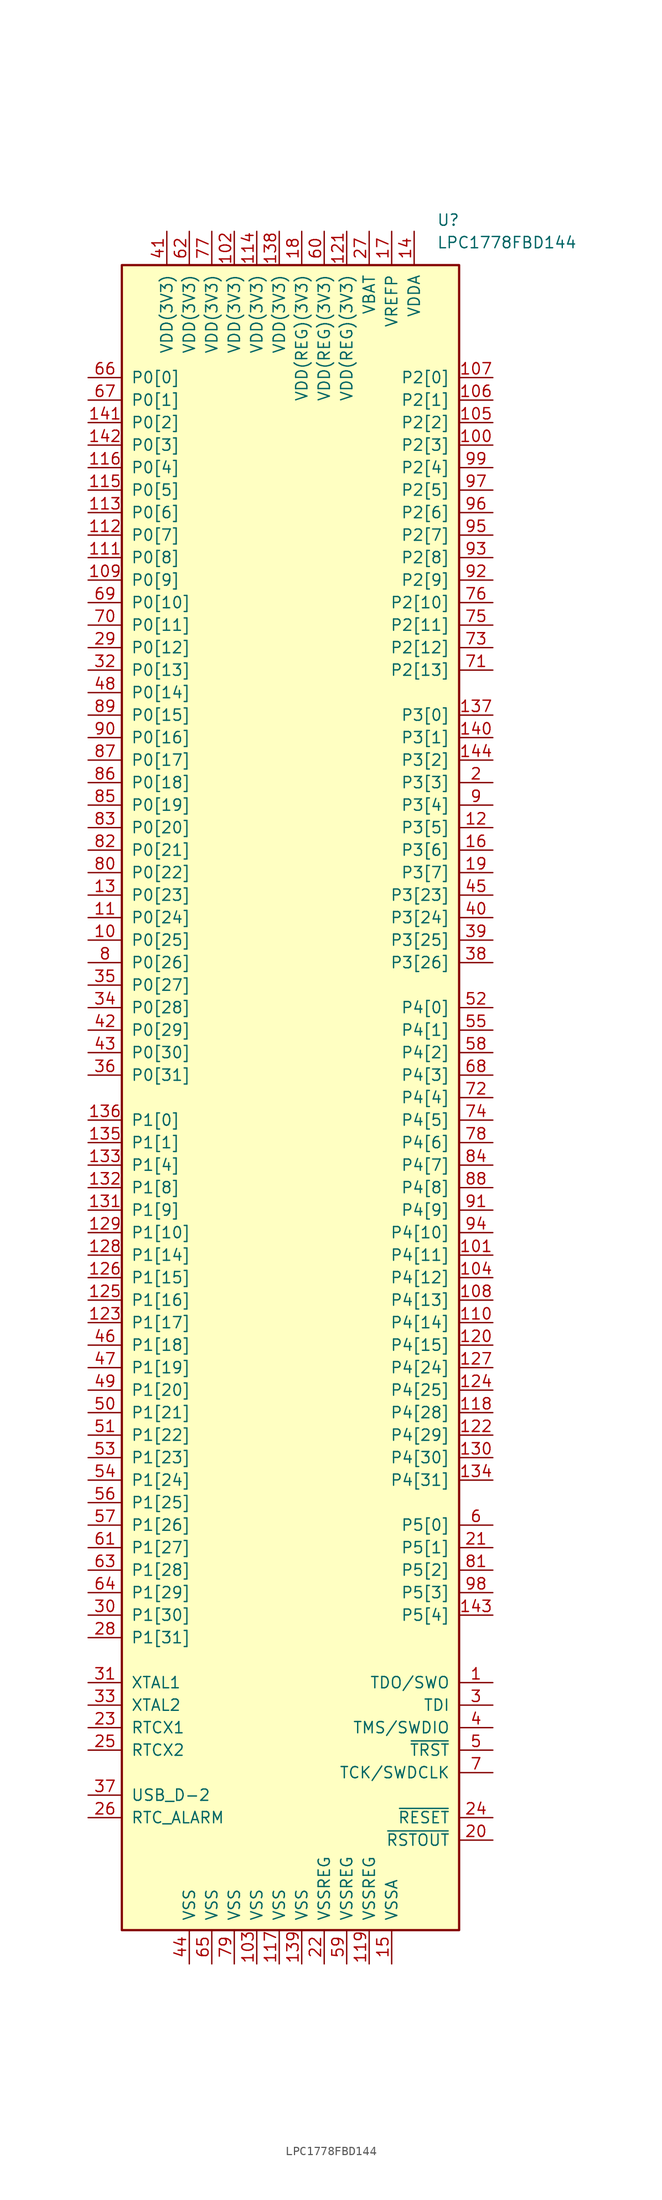
<source format=kicad_sym>
(kicad_symbol_lib
  (version 20231120)
  (generator "kicad_symbol_editor")
  (generator_version "8.0")
  (symbol "LPC1778FBD144"
    (pin_names
      (offset 1.016))
    (property "Reference" "U"
      (at 16.51 99.06 0)
      (effects (font (size 1.27 1.27)) (justify left)))
    (property "Value" "LPC1778FBD144"
      (at 16.51 96.52 0)
      (effects (font (size 1.27 1.27)) (justify left)))
    (symbol "LPC1778FBD144_0_1"
      (rectangle (start -19.05 93.98) (end 19.05 -93.98) (stroke (width 0.254) (type default)) (fill (type background))))
    (symbol "LPC1778FBD144_1_1"
      (pin output line (at 22.86 -66.04 180) (length 3.81) (name "TDO/SWO" (effects (font (size 1.27 1.27)))) (number "1" (effects (font (size 1.27 1.27)))))
      (pin bidirectional line (at -22.86 17.78 0) (length 3.81) (name "P0[25]" (effects (font (size 1.27 1.27)))) (number "10" (effects (font (size 1.27 1.27)))) (alternate "ADC0_IN[2]" input line) (alternate "I2S_RX_SDA" bidirectional line) (alternate "U3_TXD" output line))
      (pin bidirectional line (at 22.86 73.66 180) (length 3.81) (name "P2[3]" (effects (font (size 1.27 1.27)))) (number "100" (effects (font (size 1.27 1.27)))) (alternate "LCD_FP" output line) (alternate "PWM1[4]" output line) (alternate "T2_MAT2 " output line) (alternate "TRACEDATA[2]" output line) (alternate "U1_DCD" input line))
      (pin bidirectional line (at 22.86 -17.78 180) (length 3.81) (name "P4[11]" (effects (font (size 1.27 1.27)))) (number "101" (effects (font (size 1.27 1.27)))) (alternate "EMC_A[11]" bidirectional line))
      (pin power_in line (at -6.35 97.79 270) (length 3.81) (name "VDD(3V3)" (effects (font (size 1.27 1.27)))) (number "102" (effects (font (size 1.27 1.27)))))
      (pin power_in line (at -3.81 -97.79 90) (length 3.81) (name "VSS" (effects (font (size 1.27 1.27)))) (number "103" (effects (font (size 1.27 1.27)))))
      (pin bidirectional line (at 22.86 -20.32 180) (length 3.81) (name "P4[12]" (effects (font (size 1.27 1.27)))) (number "104" (effects (font (size 1.27 1.27)))) (alternate "EMC_A[12]" bidirectional line))
      (pin bidirectional line (at 22.86 76.2 180) (length 3.81) (name "P2[2]" (effects (font (size 1.27 1.27)))) (number "105" (effects (font (size 1.27 1.27)))) (alternate "LCD_DCLK" output line) (alternate "PWM1[3]" output line) (alternate "T2_MAT3" output line) (alternate "TRACEDATA[3]" output line) (alternate "U1_CTS" input line))
      (pin bidirectional line (at 22.86 78.74 180) (length 3.81) (name "P2[1]" (effects (font (size 1.27 1.27)))) (number "106" (effects (font (size 1.27 1.27)))) (alternate "LCD_LE" output line) (alternate "PWM1[2]" output line) (alternate "U1_RXD" input line))
      (pin bidirectional line (at 22.86 81.28 180) (length 3.81) (name "P2[0]" (effects (font (size 1.27 1.27)))) (number "107" (effects (font (size 1.27 1.27)))) (alternate "LCD_PWR" output line) (alternate "PWM1[1]" output line) (alternate "U1_TXD" output line))
      (pin bidirectional line (at 22.86 -22.86 180) (length 3.81) (name "P4[13]" (effects (font (size 1.27 1.27)))) (number "108" (effects (font (size 1.27 1.27)))) (alternate "EMC_A[13]" bidirectional line))
      (pin bidirectional line (at -22.86 58.42 0) (length 3.81) (name "P0[9]" (effects (font (size 1.27 1.27)))) (number "109" (effects (font (size 1.27 1.27)))) (alternate "I2S_TX_SDA" bidirectional line) (alternate "LCD_VD[17]" output line) (alternate "RTC_EV2" input line) (alternate "SSP1_MOSI" bidirectional line) (alternate "T2_MAT3" output line))
      (pin bidirectional line (at -22.86 20.32 0) (length 3.81) (name "P0[24]" (effects (font (size 1.27 1.27)))) (number "11" (effects (font (size 1.27 1.27)))) (alternate "ADC0_IN[1]" input line) (alternate "I2S_RX_WS" bidirectional line) (alternate "T3_CAP1" input line))
      (pin bidirectional line (at 22.86 -25.4 180) (length 3.81) (name "P4[14]" (effects (font (size 1.27 1.27)))) (number "110" (effects (font (size 1.27 1.27)))) (alternate "EMC_A[14]" bidirectional line))
      (pin bidirectional line (at -22.86 60.96 0) (length 3.81) (name "P0[8]" (effects (font (size 1.27 1.27)))) (number "111" (effects (font (size 1.27 1.27)))) (alternate "2S_TX_WS" bidirectional line) (alternate "LCD_VD[16]" output line) (alternate "RTC_EV1" input line) (alternate "SSP1_MISO" bidirectional line) (alternate "T2_MAT2" output line))
      (pin bidirectional line (at -22.86 63.5 0) (length 3.81) (name "P0[7]" (effects (font (size 1.27 1.27)))) (number "112" (effects (font (size 1.27 1.27)))) (alternate "I2S_TX_SCK" bidirectional line) (alternate "LCD_VD[9]" output line) (alternate "RTC_EV0" input line) (alternate "SSP1_SCK" bidirectional line) (alternate "T2_MAT1" output line))
      (pin bidirectional line (at -22.86 66.04 0) (length 3.81) (name "P0[6]" (effects (font (size 1.27 1.27)))) (number "113" (effects (font (size 1.27 1.27)))) (alternate "I2S_RX_SDA" bidirectional line) (alternate "LCD_VD[8]" output line) (alternate "SSP1_SSEL" bidirectional line) (alternate "T2_MAT0" output line) (alternate "U1_RTS" output line))
      (pin power_in line (at -3.81 97.79 270) (length 3.81) (name "VDD(3V3)" (effects (font (size 1.27 1.27)))) (number "114" (effects (font (size 1.27 1.27)))))
      (pin bidirectional line (at -22.86 68.58 0) (length 3.81) (name "P0[5]" (effects (font (size 1.27 1.27)))) (number "115" (effects (font (size 1.27 1.27)))) (alternate "CAN_TD2" output line) (alternate "LCD_VD[1]" output line) (alternate "T2_CAP1" input line))
      (pin bidirectional line (at -22.86 71.12 0) (length 3.81) (name "P0[4]" (effects (font (size 1.27 1.27)))) (number "116" (effects (font (size 1.27 1.27)))) (alternate "CAN_RD2" input line) (alternate "I2C_RX_SCK" bidirectional line) (alternate "LCD_VD[0]" output line) (alternate "T2_CAP0" input line))
      (pin power_in line (at -1.27 -97.79 90) (length 3.81) (name "VSS" (effects (font (size 1.27 1.27)))) (number "117" (effects (font (size 1.27 1.27)))))
      (pin bidirectional line (at 22.86 -35.56 180) (length 3.81) (name "P4[28]" (effects (font (size 1.27 1.27)))) (number "118" (effects (font (size 1.27 1.27)))) (alternate "LCD_VD[10]" output line) (alternate "LCD_VD[2]" output line) (alternate "LCD_VD[6]" output line) (alternate "T2_MAT0" output line) (alternate "U3_TXD" output line) (alternate "~{EMC_BLS2}" output line))
      (pin power_in line (at 8.89 -97.79 90) (length 3.81) (name "VSSREG" (effects (font (size 1.27 1.27)))) (number "119" (effects (font (size 1.27 1.27)))))
      (pin bidirectional line (at 22.86 30.48 180) (length 3.81) (name "P3[5]" (effects (font (size 1.27 1.27)))) (number "12" (effects (font (size 1.27 1.27)))) (alternate "EMC_D[5]" bidirectional line))
      (pin bidirectional line (at 22.86 -27.94 180) (length 3.81) (name "P4[15]" (effects (font (size 1.27 1.27)))) (number "120" (effects (font (size 1.27 1.27)))) (alternate "EMC_A[15]" bidirectional line))
      (pin power_in line (at 6.35 97.79 270) (length 3.81) (name "VDD(REG)(3V3)" (effects (font (size 1.27 1.27)))) (number "121" (effects (font (size 1.27 1.27)))))
      (pin bidirectional line (at 22.86 -38.1 180) (length 3.81) (name "P4[29]" (effects (font (size 1.27 1.27)))) (number "122" (effects (font (size 1.27 1.27)))) (alternate "I2C2_SCL" bidirectional line) (alternate "LCD_VD[11]" output line) (alternate "LCD_VD[3]" output line) (alternate "LCD_VD[7]" output line) (alternate "T2_MAT1" output line) (alternate "U3_RXD" input line) (alternate "~{EMC_BLS3}" output line))
      (pin bidirectional line (at -22.86 -25.4 0) (length 3.81) (name "P1[17]" (effects (font (size 1.27 1.27)))) (number "123" (effects (font (size 1.27 1.27)))) (alternate "ENET_MDIO" bidirectional line) (alternate "I2S_RX_MCLK" output line))
      (pin bidirectional line (at 22.86 -33.02 180) (length 3.81) (name "P4[25]" (effects (font (size 1.27 1.27)))) (number "124" (effects (font (size 1.27 1.27)))) (alternate "~{EMC_WE}" output line))
      (pin bidirectional line (at -22.86 -22.86 0) (length 3.81) (name "P1[16]" (effects (font (size 1.27 1.27)))) (number "125" (effects (font (size 1.27 1.27)))) (alternate "ENET_MDC" output line) (alternate "I2S_TX_MCLK" output line))
      (pin bidirectional line (at -22.86 -20.32 0) (length 3.81) (name "P1[15]" (effects (font (size 1.27 1.27)))) (number "126" (effects (font (size 1.27 1.27)))) (alternate "ENET_RX_CLK (ENET_REF_CLK)" input line) (alternate "I2C2_SDA" bidirectional line))
      (pin bidirectional line (at 22.86 -30.48 180) (length 3.81) (name "P4[24]" (effects (font (size 1.27 1.27)))) (number "127" (effects (font (size 1.27 1.27)))) (alternate "~{EMC_OE}" output line))
      (pin bidirectional line (at -22.86 -17.78 0) (length 3.81) (name "P1[14]" (effects (font (size 1.27 1.27)))) (number "128" (effects (font (size 1.27 1.27)))) (alternate "ENET_RX_ER" input line) (alternate "T2_CAP0" input line))
      (pin bidirectional line (at -22.86 -15.24 0) (length 3.81) (name "P1[10]" (effects (font (size 1.27 1.27)))) (number "129" (effects (font (size 1.27 1.27)))) (alternate "ENET_RXD1" input line) (alternate "T3_CAP0" input line))
      (pin bidirectional line (at -22.86 22.86 0) (length 3.81) (name "P0[23]" (effects (font (size 1.27 1.27)))) (number "13" (effects (font (size 1.27 1.27)))) (alternate "ADC0_IN[0]" input line) (alternate "I2S_RX_SCK" bidirectional line) (alternate "T3_CAP0" input line))
      (pin bidirectional line (at 22.86 -40.64 180) (length 3.81) (name "P4[30]" (effects (font (size 1.27 1.27)))) (number "130" (effects (font (size 1.27 1.27)))) (alternate "~{EMC_CS0}" output line))
      (pin bidirectional line (at -22.86 -12.7 0) (length 3.81) (name "P1[9]" (effects (font (size 1.27 1.27)))) (number "131" (effects (font (size 1.27 1.27)))) (alternate "ENET_RXD0" input line) (alternate "T3_MAT0" output line))
      (pin bidirectional line (at -22.86 -10.16 0) (length 3.81) (name "P1[8]" (effects (font (size 1.27 1.27)))) (number "132" (effects (font (size 1.27 1.27)))) (alternate "ENET_CRS (ENET_CRS_DV)" input line) (alternate "SSP2_SSEL" bidirectional line) (alternate "T3_MAT1" output line))
      (pin bidirectional line (at -22.86 -7.62 0) (length 3.81) (name "P1[4]" (effects (font (size 1.27 1.27)))) (number "133" (effects (font (size 1.27 1.27)))) (alternate "ENET_TX_EN" output line) (alternate "SSP2_MISO" bidirectional line) (alternate "T3_MAT2" output line))
      (pin bidirectional line (at 22.86 -43.18 180) (length 3.81) (name "P4[31]" (effects (font (size 1.27 1.27)))) (number "134" (effects (font (size 1.27 1.27)))) (alternate "~{EMC_CS1}" output line))
      (pin bidirectional line (at -22.86 -5.08 0) (length 3.81) (name "P1[1]" (effects (font (size 1.27 1.27)))) (number "135" (effects (font (size 1.27 1.27)))) (alternate "ENET_TXD1" output line) (alternate "SSP2_MOSI" bidirectional line) (alternate "T3_MAT3" output line))
      (pin bidirectional line (at -22.86 -2.54 0) (length 3.81) (name "P1[0]" (effects (font (size 1.27 1.27)))) (number "136" (effects (font (size 1.27 1.27)))) (alternate "ENET_TXD0" output line) (alternate "SSP2_SCK" bidirectional line) (alternate "T3_CAP1" input line))
      (pin bidirectional line (at 22.86 43.18 180) (length 3.81) (name "P3[0]" (effects (font (size 1.27 1.27)))) (number "137" (effects (font (size 1.27 1.27)))) (alternate "EMC_D[0]" bidirectional line))
      (pin power_in line (at -1.27 97.79 270) (length 3.81) (name "VDD(3V3)" (effects (font (size 1.27 1.27)))) (number "138" (effects (font (size 1.27 1.27)))))
      (pin power_in line (at 1.27 -97.79 90) (length 3.81) (name "VSS" (effects (font (size 1.27 1.27)))) (number "139" (effects (font (size 1.27 1.27)))))
      (pin power_in line (at 13.97 97.79 270) (length 3.81) (name "VDDA" (effects (font (size 1.27 1.27)))) (number "14" (effects (font (size 1.27 1.27)))))
      (pin bidirectional line (at 22.86 40.64 180) (length 3.81) (name "P3[1]" (effects (font (size 1.27 1.27)))) (number "140" (effects (font (size 1.27 1.27)))) (alternate "EMC_D[1]" bidirectional line))
      (pin bidirectional line (at -22.86 76.2 0) (length 3.81) (name "P0[2]" (effects (font (size 1.27 1.27)))) (number "141" (effects (font (size 1.27 1.27)))) (alternate "U0_TXD" output line) (alternate "U3_TXD" output line))
      (pin bidirectional line (at -22.86 73.66 0) (length 3.81) (name "P0[3]" (effects (font (size 1.27 1.27)))) (number "142" (effects (font (size 1.27 1.27)))) (alternate "U0_RXD" input line) (alternate "U3_RXD" input line))
      (pin bidirectional line (at 22.86 -58.42 180) (length 3.81) (name "P5[4]" (effects (font (size 1.27 1.27)))) (number "143" (effects (font (size 1.27 1.27)))) (alternate "T3_MAT3" output line) (alternate "U0_OE" output line) (alternate "U4_TXD" output line))
      (pin bidirectional line (at 22.86 38.1 180) (length 3.81) (name "P3[2]" (effects (font (size 1.27 1.27)))) (number "144" (effects (font (size 1.27 1.27)))) (alternate "EMC_D[2]" bidirectional line))
      (pin power_in line (at 11.43 -97.79 90) (length 3.81) (name "VSSA" (effects (font (size 1.27 1.27)))) (number "15" (effects (font (size 1.27 1.27)))))
      (pin bidirectional line (at 22.86 27.94 180) (length 3.81) (name "P3[6]" (effects (font (size 1.27 1.27)))) (number "16" (effects (font (size 1.27 1.27)))) (alternate "EMC_D[6]" bidirectional line))
      (pin power_in line (at 11.43 97.79 270) (length 3.81) (name "VREFP" (effects (font (size 1.27 1.27)))) (number "17" (effects (font (size 1.27 1.27)))))
      (pin power_in line (at 1.27 97.79 270) (length 3.81) (name "VDD(REG)(3V3)" (effects (font (size 1.27 1.27)))) (number "18" (effects (font (size 1.27 1.27)))))
      (pin bidirectional line (at 22.86 25.4 180) (length 3.81) (name "P3[7]" (effects (font (size 1.27 1.27)))) (number "19" (effects (font (size 1.27 1.27)))) (alternate "EMC_D[7]" bidirectional line))
      (pin bidirectional line (at 22.86 35.56 180) (length 3.81) (name "P3[3]" (effects (font (size 1.27 1.27)))) (number "2" (effects (font (size 1.27 1.27)))) (alternate "EMC_D[3]" bidirectional line))
      (pin output line (at 22.86 -83.82 180) (length 3.81) (name "~{RSTOUT}" (effects (font (size 1.27 1.27)))) (number "20" (effects (font (size 1.27 1.27)))))
      (pin bidirectional line (at 22.86 -50.8 180) (length 3.81) (name "P5[1]" (effects (font (size 1.27 1.27)))) (number "21" (effects (font (size 1.27 1.27)))) (alternate "EMC_A[25]" bidirectional line) (alternate "SSP2_MISO" bidirectional line) (alternate "T2_MAT3" output line))
      (pin power_in line (at 3.81 -97.79 90) (length 3.81) (name "VSSREG" (effects (font (size 1.27 1.27)))) (number "22" (effects (font (size 1.27 1.27)))))
      (pin input line (at -22.86 -71.12 0) (length 3.81) (name "RTCX1" (effects (font (size 1.27 1.27)))) (number "23" (effects (font (size 1.27 1.27)))))
      (pin input line (at 22.86 -81.28 180) (length 3.81) (name "~{RESET}" (effects (font (size 1.27 1.27)))) (number "24" (effects (font (size 1.27 1.27)))))
      (pin output line (at -22.86 -73.66 0) (length 3.81) (name "RTCX2" (effects (font (size 1.27 1.27)))) (number "25" (effects (font (size 1.27 1.27)))))
      (pin output line (at -22.86 -81.28 0) (length 3.81) (name "RTC_ALARM" (effects (font (size 1.27 1.27)))) (number "26" (effects (font (size 1.27 1.27)))))
      (pin power_in line (at 8.89 97.79 270) (length 3.81) (name "VBAT" (effects (font (size 1.27 1.27)))) (number "27" (effects (font (size 1.27 1.27)))))
      (pin bidirectional line (at -22.86 -60.96 0) (length 3.81) (name "P1[31]" (effects (font (size 1.27 1.27)))) (number "28" (effects (font (size 1.27 1.27)))) (alternate "ADC0_IN[5]" input line) (alternate "I2C0_SCL" bidirectional line) (alternate "SSP1_SCK" bidirectional line) (alternate "~{USB_OVRCR2}" input line))
      (pin bidirectional line (at -22.86 50.8 0) (length 3.81) (name "P0[12]" (effects (font (size 1.27 1.27)))) (number "29" (effects (font (size 1.27 1.27)))) (alternate "ADC0_IN[6]" input line) (alternate "SSP1_MISO" bidirectional line) (alternate "~{USB_PPWR2}" output line))
      (pin input line (at 22.86 -68.58 180) (length 3.81) (name "TDI" (effects (font (size 1.27 1.27)))) (number "3" (effects (font (size 1.27 1.27)))))
      (pin bidirectional line (at -22.86 -58.42 0) (length 3.81) (name "P1[30]" (effects (font (size 1.27 1.27)))) (number "30" (effects (font (size 1.27 1.27)))) (alternate "ADC0_IN[4]" input line) (alternate "I2C0_SDA" bidirectional line) (alternate "U3_OE" output line) (alternate "USB_PWRD2" input line) (alternate "USB_VBUS" input line))
      (pin input line (at -22.86 -66.04 0) (length 3.81) (name "XTAL1" (effects (font (size 1.27 1.27)))) (number "31" (effects (font (size 1.27 1.27)))))
      (pin bidirectional line (at -22.86 48.26 0) (length 3.81) (name "P0[13]" (effects (font (size 1.27 1.27)))) (number "32" (effects (font (size 1.27 1.27)))) (alternate "ADC0_IN[7]" input line) (alternate "SSP1_MOSI" bidirectional line) (alternate "USB_UP_LED2" output line))
      (pin output line (at -22.86 -68.58 0) (length 3.81) (name "XTAL2" (effects (font (size 1.27 1.27)))) (number "33" (effects (font (size 1.27 1.27)))))
      (pin bidirectional line (at -22.86 10.16 0) (length 3.81) (name "P0[28]" (effects (font (size 1.27 1.27)))) (number "34" (effects (font (size 1.27 1.27)))) (alternate "I2C0_SCL" bidirectional line) (alternate "USB_SCL1" bidirectional line))
      (pin bidirectional line (at -22.86 12.7 0) (length 3.81) (name "P0[27]" (effects (font (size 1.27 1.27)))) (number "35" (effects (font (size 1.27 1.27)))) (alternate "I2C0_SDA" bidirectional line) (alternate "USB_SDA1" bidirectional line))
      (pin bidirectional line (at -22.86 2.54 0) (length 3.81) (name "P0[31]" (effects (font (size 1.27 1.27)))) (number "36" (effects (font (size 1.27 1.27)))) (alternate "USB_D+2" bidirectional line))
      (pin output line (at -22.86 -78.74 0) (length 3.81) (name "USB_D-2" (effects (font (size 1.27 1.27)))) (number "37" (effects (font (size 1.27 1.27)))))
      (pin bidirectional line (at 22.86 15.24 180) (length 3.81) (name "P3[26]" (effects (font (size 1.27 1.27)))) (number "38" (effects (font (size 1.27 1.27)))) (alternate "EMC_D[26]" bidirectional line) (alternate "PWM1[3]" output line) (alternate "STCLK" input line) (alternate "T0_MAT1" output line))
      (pin bidirectional line (at 22.86 17.78 180) (length 3.81) (name "P3[25]" (effects (font (size 1.27 1.27)))) (number "39" (effects (font (size 1.27 1.27)))) (alternate "EMC_D[25]" bidirectional line) (alternate "PWM1[2]" output line) (alternate "T0_MAT0" output line))
      (pin bidirectional line (at 22.86 -71.12 180) (length 3.81) (name "TMS/SWDIO" (effects (font (size 1.27 1.27)))) (number "4" (effects (font (size 1.27 1.27)))))
      (pin bidirectional line (at 22.86 20.32 180) (length 3.81) (name "P3[24]" (effects (font (size 1.27 1.27)))) (number "40" (effects (font (size 1.27 1.27)))) (alternate "EMC_D[24]" bidirectional line) (alternate "PWM1[1]" output line) (alternate "T0_CAP1" input line))
      (pin power_in line (at -13.97 97.79 270) (length 3.81) (name "VDD(3V3)" (effects (font (size 1.27 1.27)))) (number "41" (effects (font (size 1.27 1.27)))))
      (pin bidirectional line (at -22.86 7.62 0) (length 3.81) (name "P0[29]" (effects (font (size 1.27 1.27)))) (number "42" (effects (font (size 1.27 1.27)))) (alternate "USB_D+1" bidirectional line) (alternate "~{EINT0}" input line))
      (pin bidirectional line (at -22.86 5.08 0) (length 3.81) (name "P0[30]" (effects (font (size 1.27 1.27)))) (number "43" (effects (font (size 1.27 1.27)))) (alternate "USB_D1" bidirectional line) (alternate "~{EINT1}" input line))
      (pin power_in line (at -11.43 -97.79 90) (length 3.81) (name "VSS" (effects (font (size 1.27 1.27)))) (number "44" (effects (font (size 1.27 1.27)))))
      (pin bidirectional line (at 22.86 22.86 180) (length 3.81) (name "P3[23]" (effects (font (size 1.27 1.27)))) (number "45" (effects (font (size 1.27 1.27)))) (alternate "EMC_D[23]" bidirectional line) (alternate "PWM1_CAP0" input line) (alternate "T0_CAP0" input line))
      (pin bidirectional line (at -22.86 -27.94 0) (length 3.81) (name "P1[18]" (effects (font (size 1.27 1.27)))) (number "46" (effects (font (size 1.27 1.27)))) (alternate "PWM1[1]" output line) (alternate "SSP1_MISO" bidirectional line) (alternate "T1_CAP0" input line) (alternate "USB_UP_LED1" output line))
      (pin bidirectional line (at -22.86 -30.48 0) (length 3.81) (name "P1[19]" (effects (font (size 1.27 1.27)))) (number "47" (effects (font (size 1.27 1.27)))) (alternate "MC_0A" output line) (alternate "SSP1_SCK" bidirectional line) (alternate "T1_CAP1" input line) (alternate "U2_OE" output line) (alternate "~{USB_PPWR1}" output line) (alternate "~{USB_TX_E1}" output line))
      (pin bidirectional line (at -22.86 45.72 0) (length 3.81) (name "P0[14]" (effects (font (size 1.27 1.27)))) (number "48" (effects (font (size 1.27 1.27)))) (alternate "SSP1_SSEL" bidirectional line) (alternate "USB_CONNECT2" output line) (alternate "~{USB_HSTEN2}" output line))
      (pin bidirectional line (at -22.86 -33.02 0) (length 3.81) (name "P1[20]" (effects (font (size 1.27 1.27)))) (number "49" (effects (font (size 1.27 1.27)))) (alternate "LCD_VD[10]" output line) (alternate "LCD_VD[6]" output line) (alternate "MC_FB0" input line) (alternate "PWM1[2]" output line) (alternate "QEI_PHA" input line) (alternate "SSP0_SCK" bidirectional line) (alternate "USB_TX_DP1" output line))
      (pin input line (at 22.86 -73.66 180) (length 3.81) (name "~{TRST}" (effects (font (size 1.27 1.27)))) (number "5" (effects (font (size 1.27 1.27)))))
      (pin bidirectional line (at -22.86 -35.56 0) (length 3.81) (name "P1[21]" (effects (font (size 1.27 1.27)))) (number "50" (effects (font (size 1.27 1.27)))) (alternate "LCD_VD[11]" output line) (alternate "LCD_VD[7]" output line) (alternate "PWM1[3]" output line) (alternate "SSP0_SSEL" bidirectional line) (alternate "USB_TX_DM1" output line) (alternate "~{MC_ABORT}" input line))
      (pin bidirectional line (at -22.86 -38.1 0) (length 3.81) (name "P1[22]" (effects (font (size 1.27 1.27)))) (number "51" (effects (font (size 1.27 1.27)))) (alternate "LCD_VD[12]" output line) (alternate "LCD_VD[8]" output line) (alternate "MC_0B" output line) (alternate "SSP1_MOSI" bidirectional line) (alternate "T1_MAT0" output line) (alternate "USB_PWRD1" input line) (alternate "USB_RCV1" input line))
      (pin bidirectional line (at 22.86 10.16 180) (length 3.81) (name "P4[0]" (effects (font (size 1.27 1.27)))) (number "52" (effects (font (size 1.27 1.27)))) (alternate "EMC_A[0]" bidirectional line))
      (pin bidirectional line (at -22.86 -40.64 0) (length 3.81) (name "P1[23]" (effects (font (size 1.27 1.27)))) (number "53" (effects (font (size 1.27 1.27)))) (alternate "LCD_VD[13]" output line) (alternate "LCD_VD[9]" output line) (alternate "MC_FB1" input line) (alternate "PWM1[4]" output line) (alternate "QEI_PHB" input line) (alternate "SSP0_MISO" bidirectional line) (alternate "USB_RX_DP1" input line))
      (pin bidirectional line (at -22.86 -43.18 0) (length 3.81) (name "P1[24]" (effects (font (size 1.27 1.27)))) (number "54" (effects (font (size 1.27 1.27)))) (alternate "LCD_VD[10]" output line) (alternate "LCD_VD[14]" output line) (alternate "MC_FB2" input line) (alternate "PWM1[5]" output line) (alternate "QEI_IDX" input line) (alternate "SSP0_MOSI" bidirectional line) (alternate "USB_RX_DM1" input line))
      (pin bidirectional line (at 22.86 7.62 180) (length 3.81) (name "P4[1]" (effects (font (size 1.27 1.27)))) (number "55" (effects (font (size 1.27 1.27)))) (alternate "EMC_A[1]" bidirectional line))
      (pin bidirectional line (at -22.86 -45.72 0) (length 3.81) (name "P1[25]" (effects (font (size 1.27 1.27)))) (number "56" (effects (font (size 1.27 1.27)))) (alternate "CLKOUT" output line) (alternate "LCD_VD[11]" output line) (alternate "LCD_VD[15]" output line) (alternate "MC_1A" output line) (alternate "T1_MAT1" output line) (alternate "~{USB_HSTEN1}" output line) (alternate "~{USB_LS1}" output line))
      (pin bidirectional line (at -22.86 -48.26 0) (length 3.81) (name "P1[26]" (effects (font (size 1.27 1.27)))) (number "57" (effects (font (size 1.27 1.27)))) (alternate "LCD_VD[12]" output line) (alternate "LCD_VD[20]" output line) (alternate "MC_1B" output line) (alternate "PWM1[6]" output line) (alternate "SSP1_SSEL" bidirectional line) (alternate "T0_CAP0" input line) (alternate "~{USB_SSPND1}" output line))
      (pin bidirectional line (at 22.86 5.08 180) (length 3.81) (name "P4[2]" (effects (font (size 1.27 1.27)))) (number "58" (effects (font (size 1.27 1.27)))) (alternate "EMC_A[2]" bidirectional line))
      (pin power_in line (at 6.35 -97.79 90) (length 3.81) (name "VSSREG" (effects (font (size 1.27 1.27)))) (number "59" (effects (font (size 1.27 1.27)))))
      (pin bidirectional line (at 22.86 -48.26 180) (length 3.81) (name "P5[0]" (effects (font (size 1.27 1.27)))) (number "6" (effects (font (size 1.27 1.27)))) (alternate "EMC_A[24]" bidirectional line) (alternate "SSP2_MOSI" bidirectional line) (alternate "T2_MAT2" output line))
      (pin power_in line (at 3.81 97.79 270) (length 3.81) (name "VDD(REG)(3V3)" (effects (font (size 1.27 1.27)))) (number "60" (effects (font (size 1.27 1.27)))))
      (pin bidirectional line (at -22.86 -50.8 0) (length 3.81) (name "P1[27]" (effects (font (size 1.27 1.27)))) (number "61" (effects (font (size 1.27 1.27)))) (alternate "CLKOUT" output line) (alternate "LCD_VD[13]" output line) (alternate "LCD_VD[21]" output line) (alternate "T0_CAP1" input line) (alternate "~{USB_INT1}" input line) (alternate "~{USB_OVRCR1}" input line))
      (pin power_in line (at -11.43 97.79 270) (length 3.81) (name "VDD(3V3)" (effects (font (size 1.27 1.27)))) (number "62" (effects (font (size 1.27 1.27)))))
      (pin bidirectional line (at -22.86 -53.34 0) (length 3.81) (name "P1[28]" (effects (font (size 1.27 1.27)))) (number "63" (effects (font (size 1.27 1.27)))) (alternate "LCD_VD[14]" output line) (alternate "LCD_VD[22]" output line) (alternate "MC_2A" output line) (alternate "PWM1_CAP0" input line) (alternate "SSP0_SSEL" bidirectional line) (alternate "T0_MAT0" output line) (alternate "USB_SCL1" bidirectional line))
      (pin bidirectional line (at -22.86 -55.88 0) (length 3.81) (name "P1[29]" (effects (font (size 1.27 1.27)))) (number "64" (effects (font (size 1.27 1.27)))) (alternate "LCD_VD[15]" output line) (alternate "LCD_VD[23]" output line) (alternate "MC_2B" output line) (alternate "PWM1_CAP1" input line) (alternate "T0_MAT1" output line) (alternate "U4_TXD" output line) (alternate "USB_SDA1" bidirectional line))
      (pin power_in line (at -8.89 -97.79 90) (length 3.81) (name "VSS" (effects (font (size 1.27 1.27)))) (number "65" (effects (font (size 1.27 1.27)))))
      (pin bidirectional line (at -22.86 81.28 0) (length 3.81) (name "P0[0]" (effects (font (size 1.27 1.27)))) (number "66" (effects (font (size 1.27 1.27)))) (alternate "CAN_RD1" input line) (alternate "I2C1_SDA" bidirectional line) (alternate "U0_TXD" output line) (alternate "U3_TXD" output line))
      (pin bidirectional line (at -22.86 78.74 0) (length 3.81) (name "P0[1]" (effects (font (size 1.27 1.27)))) (number "67" (effects (font (size 1.27 1.27)))) (alternate "CAN_TD1" output line) (alternate "I2C1_SCL" bidirectional line) (alternate "U0_RXD" input line) (alternate "U3_RXD" input line))
      (pin bidirectional line (at 22.86 2.54 180) (length 3.81) (name "P4[3]" (effects (font (size 1.27 1.27)))) (number "68" (effects (font (size 1.27 1.27)))) (alternate "EMC_A[3]" bidirectional line))
      (pin bidirectional line (at -22.86 55.88 0) (length 3.81) (name "P0[10]" (effects (font (size 1.27 1.27)))) (number "69" (effects (font (size 1.27 1.27)))) (alternate "I2C2_SDA" bidirectional line) (alternate "T3_MAT0" output line) (alternate "U2_TXD" output line))
      (pin input line (at 22.86 -76.2 180) (length 3.81) (name "TCK/SWDCLK" (effects (font (size 1.27 1.27)))) (number "7" (effects (font (size 1.27 1.27)))))
      (pin bidirectional line (at -22.86 53.34 0) (length 3.81) (name "P0[11]" (effects (font (size 1.27 1.27)))) (number "70" (effects (font (size 1.27 1.27)))) (alternate "2C2_SCL" bidirectional line) (alternate "T3_MAT1" output line) (alternate "U2_RXD" input line))
      (pin bidirectional line (at 22.86 48.26 180) (length 3.81) (name "P2[13]" (effects (font (size 1.27 1.27)))) (number "71" (effects (font (size 1.27 1.27)))) (alternate "I2S_TX_SDA" bidirectional line) (alternate "LCD_VD[19]" output line) (alternate "LCD_VD[5]" output line) (alternate "LCD_VD[9]" output line) (alternate "SD_DAT[3]" bidirectional line) (alternate "~{EINT3}" input line))
      (pin bidirectional line (at 22.86 0 180) (length 3.81) (name "P4[4]" (effects (font (size 1.27 1.27)))) (number "72" (effects (font (size 1.27 1.27)))) (alternate "EMC_A[4]" bidirectional line))
      (pin bidirectional line (at 22.86 50.8 180) (length 3.81) (name "P2[12]" (effects (font (size 1.27 1.27)))) (number "73" (effects (font (size 1.27 1.27)))) (alternate "I2S_TX_WS" bidirectional line) (alternate "LCD_VD[18]" output line) (alternate "LCD_VD[3]" output line) (alternate "LCD_VD[4]" output line) (alternate "LCD_VD[8]" output line) (alternate "SD_DAT[2]" bidirectional line) (alternate "~{EINT2}" input line))
      (pin bidirectional line (at 22.86 -2.54 180) (length 3.81) (name "P4[5]" (effects (font (size 1.27 1.27)))) (number "74" (effects (font (size 1.27 1.27)))) (alternate "EMC_A[5]" bidirectional line))
      (pin bidirectional line (at 22.86 53.34 180) (length 3.81) (name "P2[11]" (effects (font (size 1.27 1.27)))) (number "75" (effects (font (size 1.27 1.27)))) (alternate "I2S_TX_SCK" bidirectional line) (alternate "LCD_CLKIN" output line) (alternate "SD_DAT[1]" bidirectional line) (alternate "~{EINT1}" input line))
      (pin bidirectional line (at 22.86 55.88 180) (length 3.81) (name "P2[10]" (effects (font (size 1.27 1.27)))) (number "76" (effects (font (size 1.27 1.27)))) (alternate "NMI" input line) (alternate "~{EINT0}" input line))
      (pin power_in line (at -8.89 97.79 270) (length 3.81) (name "VDD(3V3)" (effects (font (size 1.27 1.27)))) (number "77" (effects (font (size 1.27 1.27)))))
      (pin bidirectional line (at 22.86 -5.08 180) (length 3.81) (name "P4[6]" (effects (font (size 1.27 1.27)))) (number "78" (effects (font (size 1.27 1.27)))) (alternate "EMC_A[6]" bidirectional line))
      (pin power_in line (at -6.35 -97.79 90) (length 3.81) (name "VSS" (effects (font (size 1.27 1.27)))) (number "79" (effects (font (size 1.27 1.27)))))
      (pin bidirectional line (at -22.86 15.24 0) (length 3.81) (name "P0[26]" (effects (font (size 1.27 1.27)))) (number "8" (effects (font (size 1.27 1.27)))) (alternate "ADC0_IN[3]" input line) (alternate "DAC_OUT" output line) (alternate "U3_RXD" input line))
      (pin bidirectional line (at -22.86 25.4 0) (length 3.81) (name "P0[22]" (effects (font (size 1.27 1.27)))) (number "80" (effects (font (size 1.27 1.27)))) (alternate "CAN_TD1" output line) (alternate "SD_DAT[0]" bidirectional line) (alternate "U1_RTS" output line) (alternate "U4_TXD" output line))
      (pin bidirectional line (at 22.86 -53.34 180) (length 3.81) (name "P5[2]" (effects (font (size 1.27 1.27)))) (number "81" (effects (font (size 1.27 1.27)))) (alternate "I2C0_SDA" bidirectional line) (alternate "T3_MAT2" output line))
      (pin bidirectional line (at -22.86 27.94 0) (length 3.81) (name "P0[21]" (effects (font (size 1.27 1.27)))) (number "82" (effects (font (size 1.27 1.27)))) (alternate "CAN_RD1" input line) (alternate "SD_PWR" output line) (alternate "U1_RI" input line) (alternate "U4_OE" output line) (alternate "U4_SCLK" bidirectional line))
      (pin bidirectional line (at -22.86 30.48 0) (length 3.81) (name "P0[20]" (effects (font (size 1.27 1.27)))) (number "83" (effects (font (size 1.27 1.27)))) (alternate "I2C1_SCL" bidirectional line) (alternate "SD_CMD" bidirectional line) (alternate "U1_DTR" output line))
      (pin bidirectional line (at 22.86 -7.62 180) (length 3.81) (name "P4[7]" (effects (font (size 1.27 1.27)))) (number "84" (effects (font (size 1.27 1.27)))) (alternate "EMC_A[7]" bidirectional line))
      (pin bidirectional line (at -22.86 33.02 0) (length 3.81) (name "P0[19]" (effects (font (size 1.27 1.27)))) (number "85" (effects (font (size 1.27 1.27)))) (alternate "I2C1_SDA" bidirectional line) (alternate "SD_CLK" output line) (alternate "U1_DSR" input line))
      (pin bidirectional line (at -22.86 35.56 0) (length 3.81) (name "P0[18]" (effects (font (size 1.27 1.27)))) (number "86" (effects (font (size 1.27 1.27)))) (alternate "SSP0_MOSI" bidirectional line) (alternate "U1_DCD" input line))
      (pin bidirectional line (at -22.86 38.1 0) (length 3.81) (name "P0[17]" (effects (font (size 1.27 1.27)))) (number "87" (effects (font (size 1.27 1.27)))) (alternate "SSP0_MISO" bidirectional line) (alternate "U1_CTS" input line))
      (pin bidirectional line (at 22.86 -10.16 180) (length 3.81) (name "P4[8]" (effects (font (size 1.27 1.27)))) (number "88" (effects (font (size 1.27 1.27)))) (alternate "EMC_A[8]" bidirectional line))
      (pin bidirectional line (at -22.86 43.18 0) (length 3.81) (name "P0[15]" (effects (font (size 1.27 1.27)))) (number "89" (effects (font (size 1.27 1.27)))) (alternate "SSP0_SCK" bidirectional line) (alternate "U1_TXD" output line))
      (pin bidirectional line (at 22.86 33.02 180) (length 3.81) (name "P3[4]" (effects (font (size 1.27 1.27)))) (number "9" (effects (font (size 1.27 1.27)))) (alternate "EMC_D[4]" bidirectional line))
      (pin bidirectional line (at -22.86 40.64 0) (length 3.81) (name "P0[16]" (effects (font (size 1.27 1.27)))) (number "90" (effects (font (size 1.27 1.27)))) (alternate "SSP0_SSEL" bidirectional line) (alternate "U1_RXD" input line))
      (pin bidirectional line (at 22.86 -12.7 180) (length 3.81) (name "P4[9]" (effects (font (size 1.27 1.27)))) (number "91" (effects (font (size 1.27 1.27)))) (alternate "EMC_A[9]" bidirectional line))
      (pin bidirectional line (at 22.86 58.42 180) (length 3.81) (name "P2[9]" (effects (font (size 1.27 1.27)))) (number "92" (effects (font (size 1.27 1.27)))) (alternate "ENET_MDIO" bidirectional line) (alternate "LCD_VD[3]" input line) (alternate "LCD_VD[7]" input line) (alternate "U2_RXD" input line) (alternate "U4_RXD" input line) (alternate "USB_CONNECT1" output line))
      (pin bidirectional line (at 22.86 60.96 180) (length 3.81) (name "P2[8]" (effects (font (size 1.27 1.27)))) (number "93" (effects (font (size 1.27 1.27)))) (alternate "CAN_TD2" output line) (alternate "ENET_MDC" output line) (alternate "LCD_VD[2]" output line) (alternate "LCD_VD[6]" output line) (alternate "U1_CTS" input line) (alternate "U2_TXD" output line))
      (pin bidirectional line (at 22.86 -15.24 180) (length 3.81) (name "P4[10]" (effects (font (size 1.27 1.27)))) (number "94" (effects (font (size 1.27 1.27)))) (alternate "EMC_A[10]" bidirectional line))
      (pin bidirectional line (at 22.86 63.5 180) (length 3.81) (name "P2[7]" (effects (font (size 1.27 1.27)))) (number "95" (effects (font (size 1.27 1.27)))) (alternate "CAN_RD2" input line) (alternate "LCD_VD[1]" output line) (alternate "LCD_VD[5]" output line) (alternate "U1_RTS" output line))
      (pin bidirectional line (at 22.86 66.04 180) (length 3.81) (name "P2[6]" (effects (font (size 1.27 1.27)))) (number "96" (effects (font (size 1.27 1.27)))) (alternate "LCD_VD[0]" output line) (alternate "LCD_VD[4]" output line) (alternate "PWM1_CAP0" input line) (alternate "T2_CAP0" input line) (alternate "TRACECLK" output line) (alternate "U1_RI" input line) (alternate "U2_OE" output line))
      (pin bidirectional line (at 22.86 68.58 180) (length 3.81) (name "P2[5]" (effects (font (size 1.27 1.27)))) (number "97" (effects (font (size 1.27 1.27)))) (alternate "LCD_LP" output line) (alternate "PWM1[6]" output line) (alternate "T2_MAT0" output line) (alternate "TRACEDATA[0]" output line) (alternate "U1_DTR" output line))
      (pin bidirectional line (at 22.86 -55.88 180) (length 3.81) (name "P5[3]" (effects (font (size 1.27 1.27)))) (number "98" (effects (font (size 1.27 1.27)))) (alternate "I2C0_SCL" bidirectional line) (alternate "U4_RXD" input line))
      (pin bidirectional line (at 22.86 71.12 180) (length 3.81) (name "P2[4]" (effects (font (size 1.27 1.27)))) (number "99" (effects (font (size 1.27 1.27)))) (alternate "LCD_ENAB_M" output line) (alternate "PWM1[5]" output line) (alternate "T2_MAT1" output line) (alternate "TRACEDATA[1]" output line) (alternate "U1_DSR" input line)))))
</source>
